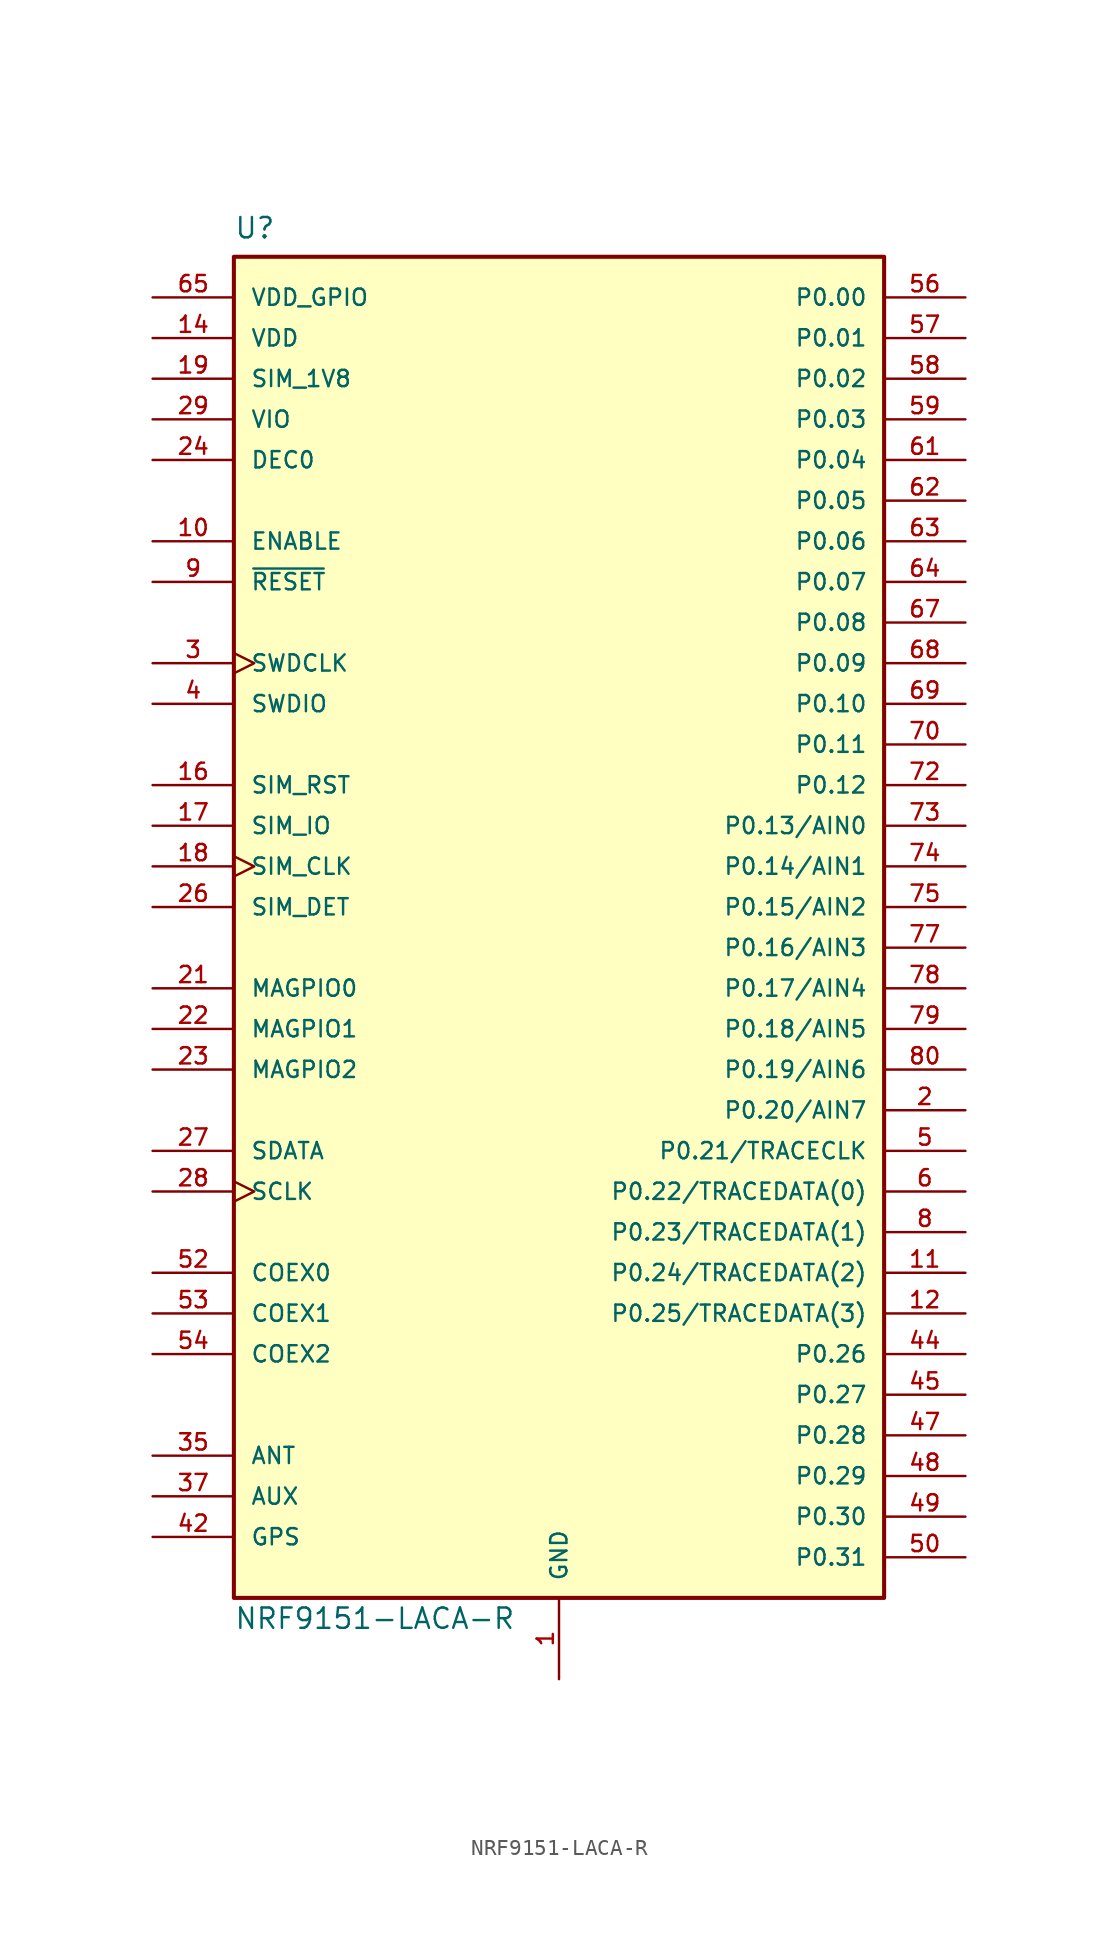
<source format=kicad_sym>
(kicad_symbol_lib
  (version 20241209)
  (generator "kicad_symbol_editor")
  (generator_version "9.0")
  (symbol "NRF9151-LACA-R"
    (pin_names
      (offset 1.016))
    (property "Reference" "U"
      (at -20.32 44.45 0)
      (effects (font (size 1.27 1.27)) (justify left top)))
    (property "Value" "NRF9151-LACA-R"
      (at -20.32 -43.942 0)
      (effects (font (size 1.27 1.27)) (justify left bottom)))
    (symbol "NRF9151-LACA-R_1_0"
      (rectangle (start -20.32 41.91) (end 20.32 -41.91) (stroke (width 0.254) (type default)) (fill (type background)))
      (pin power_in line (at -25.4 39.37 0) (length 5.08) (name "VDD_GPIO" (effects (font (size 1.016 1.016)))) (number "65" (effects (font (size 1.016 1.016)))))
      (pin power_in line (at -25.4 36.83 0) (length 5.08) (name "VDD" (effects (font (size 1.016 1.016)))) (number "14" (effects (font (size 1.016 1.016)))))
      (pin power_in line (at -25.4 34.29 0) (length 5.08) (name "SIM_1V8" (effects (font (size 1.016 1.016)))) (number "19" (effects (font (size 1.016 1.016)))))
      (pin power_in line (at -25.4 31.75 0) (length 5.08) (name "VIO" (effects (font (size 1.016 1.016)))) (number "29" (effects (font (size 1.016 1.016)))))
      (pin power_in line (at -25.4 29.21 0) (length 5.08) (name "DEC0" (effects (font (size 1.016 1.016)))) (number "24" (effects (font (size 1.016 1.016)))))
      (pin input line (at -25.4 24.13 0) (length 5.08) (name "ENABLE" (effects (font (size 1.016 1.016)))) (number "10" (effects (font (size 1.016 1.016)))))
      (pin input line (at -25.4 21.59 0) (length 5.08) (name "~{RESET}" (effects (font (size 1.016 1.016)))) (number "9" (effects (font (size 1.016 1.016)))))
      (pin input clock (at -25.4 16.51 0) (length 5.08) (name "SWDCLK" (effects (font (size 1.016 1.016)))) (number "3" (effects (font (size 1.016 1.016)))))
      (pin bidirectional line (at -25.4 13.97 0) (length 5.08) (name "SWDIO" (effects (font (size 1.016 1.016)))) (number "4" (effects (font (size 1.016 1.016)))))
      (pin bidirectional line (at -25.4 8.89 0) (length 5.08) (name "SIM_RST" (effects (font (size 1.016 1.016)))) (number "16" (effects (font (size 1.016 1.016)))))
      (pin bidirectional line (at -25.4 6.35 0) (length 5.08) (name "SIM_IO" (effects (font (size 1.016 1.016)))) (number "17" (effects (font (size 1.016 1.016)))))
      (pin bidirectional clock (at -25.4 3.81 0) (length 5.08) (name "SIM_CLK" (effects (font (size 1.016 1.016)))) (number "18" (effects (font (size 1.016 1.016)))))
      (pin bidirectional line (at -25.4 1.27 0) (length 5.08) (name "SIM_DET" (effects (font (size 1.016 1.016)))) (number "26" (effects (font (size 1.016 1.016)))))
      (pin bidirectional line (at -25.4 -3.81 0) (length 5.08) (name "MAGPIO0" (effects (font (size 1.016 1.016)))) (number "21" (effects (font (size 1.016 1.016)))))
      (pin bidirectional line (at -25.4 -6.35 0) (length 5.08) (name "MAGPIO1" (effects (font (size 1.016 1.016)))) (number "22" (effects (font (size 1.016 1.016)))))
      (pin bidirectional line (at -25.4 -8.89 0) (length 5.08) (name "MAGPIO2" (effects (font (size 1.016 1.016)))) (number "23" (effects (font (size 1.016 1.016)))))
      (pin bidirectional line (at -25.4 -13.97 0) (length 5.08) (name "SDATA" (effects (font (size 1.016 1.016)))) (number "27" (effects (font (size 1.016 1.016)))))
      (pin bidirectional clock (at -25.4 -16.51 0) (length 5.08) (name "SCLK" (effects (font (size 1.016 1.016)))) (number "28" (effects (font (size 1.016 1.016)))))
      (pin bidirectional line (at -25.4 -21.59 0) (length 5.08) (name "COEX0" (effects (font (size 1.016 1.016)))) (number "52" (effects (font (size 1.016 1.016)))))
      (pin bidirectional line (at -25.4 -24.13 0) (length 5.08) (name "COEX1" (effects (font (size 1.016 1.016)))) (number "53" (effects (font (size 1.016 1.016)))))
      (pin bidirectional line (at -25.4 -26.67 0) (length 5.08) (name "COEX2" (effects (font (size 1.016 1.016)))) (number "54" (effects (font (size 1.016 1.016)))))
      (pin bidirectional line (at -25.4 -33.02 0) (length 5.08) (name "ANT" (effects (font (size 1.016 1.016)))) (number "35" (effects (font (size 1.016 1.016)))))
      (pin bidirectional line (at -25.4 -35.56 0) (length 5.08) (name "AUX" (effects (font (size 1.016 1.016)))) (number "37" (effects (font (size 1.016 1.016)))))
      (pin bidirectional line (at -25.4 -38.1 0) (length 5.08) (name "GPS" (effects (font (size 1.016 1.016)))) (number "42" (effects (font (size 1.016 1.016)))))
      (pin power_in line (at 0 -46.99 90) (length 5.08) (name "GND" (effects (font (size 1.016 1.016)))) (number "1" (effects (font (size 1.016 1.016)))))
      (pin power_in line (at 0 -46.99 90) (length 5.08) (hide yes) (name "GND" (effects (font (size 1.016 1.016)))) (number "105" (effects (font (size 1.016 1.016)))))
      (pin power_in line (at 0 -46.99 90) (length 5.08) (hide yes) (name "GND" (effects (font (size 1.016 1.016)))) (number "106" (effects (font (size 1.016 1.016)))))
      (pin power_in line (at 0 -46.99 90) (length 5.08) (hide yes) (name "GND" (effects (font (size 1.016 1.016)))) (number "107" (effects (font (size 1.016 1.016)))))
      (pin power_in line (at 0 -46.99 90) (length 5.08) (hide yes) (name "GND" (effects (font (size 1.016 1.016)))) (number "108" (effects (font (size 1.016 1.016)))))
      (pin power_in line (at 0 -46.99 90) (length 5.08) (hide yes) (name "GND" (effects (font (size 1.016 1.016)))) (number "109" (effects (font (size 1.016 1.016)))))
      (pin power_in line (at 0 -46.99 90) (length 5.08) (hide yes) (name "GND" (effects (font (size 1.016 1.016)))) (number "110" (effects (font (size 1.016 1.016)))))
      (pin power_in line (at 0 -46.99 90) (length 5.08) (hide yes) (name "GND" (effects (font (size 1.016 1.016)))) (number "111" (effects (font (size 1.016 1.016)))))
      (pin power_in line (at 0 -46.99 90) (length 5.08) (hide yes) (name "GND" (effects (font (size 1.016 1.016)))) (number "112" (effects (font (size 1.016 1.016)))))
      (pin power_in line (at 0 -46.99 90) (length 5.08) (hide yes) (name "GND" (effects (font (size 1.016 1.016)))) (number "113" (effects (font (size 1.016 1.016)))))
      (pin power_in line (at 0 -46.99 90) (length 5.08) (hide yes) (name "GND" (effects (font (size 1.016 1.016)))) (number "13" (effects (font (size 1.016 1.016)))))
      (pin power_in line (at 0 -46.99 90) (length 5.08) (hide yes) (name "GND" (effects (font (size 1.016 1.016)))) (number "15" (effects (font (size 1.016 1.016)))))
      (pin power_in line (at 0 -46.99 90) (length 5.08) (hide yes) (name "GND" (effects (font (size 1.016 1.016)))) (number "20" (effects (font (size 1.016 1.016)))))
      (pin power_in line (at 0 -46.99 90) (length 5.08) (hide yes) (name "GND" (effects (font (size 1.016 1.016)))) (number "25" (effects (font (size 1.016 1.016)))))
      (pin power_in line (at 0 -46.99 90) (length 5.08) (hide yes) (name "GND" (effects (font (size 1.016 1.016)))) (number "30" (effects (font (size 1.016 1.016)))))
      (pin power_in line (at 0 -46.99 90) (length 5.08) (hide yes) (name "GND" (effects (font (size 1.016 1.016)))) (number "34" (effects (font (size 1.016 1.016)))))
      (pin power_in line (at 0 -46.99 90) (length 5.08) (hide yes) (name "GND" (effects (font (size 1.016 1.016)))) (number "36" (effects (font (size 1.016 1.016)))))
      (pin power_in line (at 0 -46.99 90) (length 5.08) (hide yes) (name "GND" (effects (font (size 1.016 1.016)))) (number "38" (effects (font (size 1.016 1.016)))))
      (pin power_in line (at 0 -46.99 90) (length 5.08) (hide yes) (name "GND" (effects (font (size 1.016 1.016)))) (number "39" (effects (font (size 1.016 1.016)))))
      (pin power_in line (at 0 -46.99 90) (length 5.08) (hide yes) (name "GND" (effects (font (size 1.016 1.016)))) (number "40" (effects (font (size 1.016 1.016)))))
      (pin power_in line (at 0 -46.99 90) (length 5.08) (hide yes) (name "GND" (effects (font (size 1.016 1.016)))) (number "41" (effects (font (size 1.016 1.016)))))
      (pin power_in line (at 0 -46.99 90) (length 5.08) (hide yes) (name "GND" (effects (font (size 1.016 1.016)))) (number "43" (effects (font (size 1.016 1.016)))))
      (pin power_in line (at 0 -46.99 90) (length 5.08) (hide yes) (name "GND" (effects (font (size 1.016 1.016)))) (number "46" (effects (font (size 1.016 1.016)))))
      (pin power_in line (at 0 -46.99 90) (length 5.08) (hide yes) (name "GND" (effects (font (size 1.016 1.016)))) (number "51" (effects (font (size 1.016 1.016)))))
      (pin power_in line (at 0 -46.99 90) (length 5.08) (hide yes) (name "GND" (effects (font (size 1.016 1.016)))) (number "55" (effects (font (size 1.016 1.016)))))
      (pin power_in line (at 0 -46.99 90) (length 5.08) (hide yes) (name "GND" (effects (font (size 1.016 1.016)))) (number "60" (effects (font (size 1.016 1.016)))))
      (pin power_in line (at 0 -46.99 90) (length 5.08) (hide yes) (name "GND" (effects (font (size 1.016 1.016)))) (number "66" (effects (font (size 1.016 1.016)))))
      (pin power_in line (at 0 -46.99 90) (length 5.08) (hide yes) (name "GND" (effects (font (size 1.016 1.016)))) (number "7" (effects (font (size 1.016 1.016)))))
      (pin power_in line (at 0 -46.99 90) (length 5.08) (hide yes) (name "GND" (effects (font (size 1.016 1.016)))) (number "71" (effects (font (size 1.016 1.016)))))
      (pin power_in line (at 0 -46.99 90) (length 5.08) (hide yes) (name "GND" (effects (font (size 1.016 1.016)))) (number "76" (effects (font (size 1.016 1.016)))))
      (pin no_connect line (at 2.54 -46.99 90) (length 5.08) (hide yes) (name "RSVD" (effects (font (size 1.016 1.016)))) (number "100" (effects (font (size 1.016 1.016)))))
      (pin no_connect line (at 2.54 -46.99 90) (length 5.08) (hide yes) (name "RSVD" (effects (font (size 1.016 1.016)))) (number "101" (effects (font (size 1.016 1.016)))))
      (pin no_connect line (at 2.54 -46.99 90) (length 5.08) (hide yes) (name "RSVD" (effects (font (size 1.016 1.016)))) (number "102" (effects (font (size 1.016 1.016)))))
      (pin no_connect line (at 2.54 -46.99 90) (length 5.08) (hide yes) (name "RSVD" (effects (font (size 1.016 1.016)))) (number "103" (effects (font (size 1.016 1.016)))))
      (pin no_connect line (at 2.54 -46.99 90) (length 5.08) (hide yes) (name "RSVD" (effects (font (size 1.016 1.016)))) (number "104" (effects (font (size 1.016 1.016)))))
      (pin no_connect line (at 2.54 -46.99 90) (length 5.08) (hide yes) (name "RSVD" (effects (font (size 1.016 1.016)))) (number "31" (effects (font (size 1.016 1.016)))))
      (pin no_connect line (at 2.54 -46.99 90) (length 5.08) (hide yes) (name "RSVD" (effects (font (size 1.016 1.016)))) (number "32" (effects (font (size 1.016 1.016)))))
      (pin no_connect line (at 2.54 -46.99 90) (length 5.08) (hide yes) (name "RSVD" (effects (font (size 1.016 1.016)))) (number "33" (effects (font (size 1.016 1.016)))))
      (pin no_connect line (at 2.54 -46.99 90) (length 5.08) (hide yes) (name "RSVD" (effects (font (size 1.016 1.016)))) (number "81" (effects (font (size 1.016 1.016)))))
      (pin no_connect line (at 2.54 -46.99 90) (length 5.08) (hide yes) (name "RSVD" (effects (font (size 1.016 1.016)))) (number "82" (effects (font (size 1.016 1.016)))))
      (pin no_connect line (at 2.54 -46.99 90) (length 5.08) (hide yes) (name "RSVD" (effects (font (size 1.016 1.016)))) (number "83" (effects (font (size 1.016 1.016)))))
      (pin no_connect line (at 2.54 -46.99 90) (length 5.08) (hide yes) (name "RSVD" (effects (font (size 1.016 1.016)))) (number "84" (effects (font (size 1.016 1.016)))))
      (pin no_connect line (at 2.54 -46.99 90) (length 5.08) (hide yes) (name "RSVD" (effects (font (size 1.016 1.016)))) (number "85" (effects (font (size 1.016 1.016)))))
      (pin no_connect line (at 2.54 -46.99 90) (length 5.08) (hide yes) (name "RSVD" (effects (font (size 1.016 1.016)))) (number "86" (effects (font (size 1.016 1.016)))))
      (pin no_connect line (at 2.54 -46.99 90) (length 5.08) (hide yes) (name "RSVD" (effects (font (size 1.016 1.016)))) (number "87" (effects (font (size 1.016 1.016)))))
      (pin no_connect line (at 2.54 -46.99 90) (length 5.08) (hide yes) (name "RSVD" (effects (font (size 1.016 1.016)))) (number "88" (effects (font (size 1.016 1.016)))))
      (pin no_connect line (at 2.54 -46.99 90) (length 5.08) (hide yes) (name "RSVD" (effects (font (size 1.016 1.016)))) (number "89" (effects (font (size 1.016 1.016)))))
      (pin no_connect line (at 2.54 -46.99 90) (length 5.08) (hide yes) (name "RSVD" (effects (font (size 1.016 1.016)))) (number "90" (effects (font (size 1.016 1.016)))))
      (pin no_connect line (at 2.54 -46.99 90) (length 5.08) (hide yes) (name "RSVD" (effects (font (size 1.016 1.016)))) (number "91" (effects (font (size 1.016 1.016)))))
      (pin no_connect line (at 2.54 -46.99 90) (length 5.08) (hide yes) (name "RSVD" (effects (font (size 1.016 1.016)))) (number "92" (effects (font (size 1.016 1.016)))))
      (pin no_connect line (at 2.54 -46.99 90) (length 5.08) (hide yes) (name "RSVD" (effects (font (size 1.016 1.016)))) (number "93" (effects (font (size 1.016 1.016)))))
      (pin no_connect line (at 2.54 -46.99 90) (length 5.08) (hide yes) (name "RSVD" (effects (font (size 1.016 1.016)))) (number "94" (effects (font (size 1.016 1.016)))))
      (pin no_connect line (at 2.54 -46.99 90) (length 5.08) (hide yes) (name "RSVD" (effects (font (size 1.016 1.016)))) (number "95" (effects (font (size 1.016 1.016)))))
      (pin no_connect line (at 2.54 -46.99 90) (length 5.08) (hide yes) (name "RSVD" (effects (font (size 1.016 1.016)))) (number "96" (effects (font (size 1.016 1.016)))))
      (pin no_connect line (at 2.54 -46.99 90) (length 5.08) (hide yes) (name "RSVD" (effects (font (size 1.016 1.016)))) (number "97" (effects (font (size 1.016 1.016)))))
      (pin no_connect line (at 2.54 -46.99 90) (length 5.08) (hide yes) (name "RSVD" (effects (font (size 1.016 1.016)))) (number "98" (effects (font (size 1.016 1.016)))))
      (pin no_connect line (at 2.54 -46.99 90) (length 5.08) (hide yes) (name "RSVD" (effects (font (size 1.016 1.016)))) (number "99" (effects (font (size 1.016 1.016)))))
      (pin bidirectional line (at 25.4 39.37 180) (length 5.08) (name "P0.00" (effects (font (size 1.016 1.016)))) (number "56" (effects (font (size 1.016 1.016)))))
      (pin bidirectional line (at 25.4 36.83 180) (length 5.08) (name "P0.01" (effects (font (size 1.016 1.016)))) (number "57" (effects (font (size 1.016 1.016)))))
      (pin bidirectional line (at 25.4 34.29 180) (length 5.08) (name "P0.02" (effects (font (size 1.016 1.016)))) (number "58" (effects (font (size 1.016 1.016)))))
      (pin bidirectional line (at 25.4 31.75 180) (length 5.08) (name "P0.03" (effects (font (size 1.016 1.016)))) (number "59" (effects (font (size 1.016 1.016)))))
      (pin bidirectional line (at 25.4 29.21 180) (length 5.08) (name "P0.04" (effects (font (size 1.016 1.016)))) (number "61" (effects (font (size 1.016 1.016)))))
      (pin bidirectional line (at 25.4 26.67 180) (length 5.08) (name "P0.05" (effects (font (size 1.016 1.016)))) (number "62" (effects (font (size 1.016 1.016)))))
      (pin bidirectional line (at 25.4 24.13 180) (length 5.08) (name "P0.06" (effects (font (size 1.016 1.016)))) (number "63" (effects (font (size 1.016 1.016)))))
      (pin bidirectional line (at 25.4 21.59 180) (length 5.08) (name "P0.07" (effects (font (size 1.016 1.016)))) (number "64" (effects (font (size 1.016 1.016)))))
      (pin bidirectional line (at 25.4 19.05 180) (length 5.08) (name "P0.08" (effects (font (size 1.016 1.016)))) (number "67" (effects (font (size 1.016 1.016)))))
      (pin bidirectional line (at 25.4 16.51 180) (length 5.08) (name "P0.09" (effects (font (size 1.016 1.016)))) (number "68" (effects (font (size 1.016 1.016)))))
      (pin bidirectional line (at 25.4 13.97 180) (length 5.08) (name "P0.10" (effects (font (size 1.016 1.016)))) (number "69" (effects (font (size 1.016 1.016)))))
      (pin bidirectional line (at 25.4 11.43 180) (length 5.08) (name "P0.11" (effects (font (size 1.016 1.016)))) (number "70" (effects (font (size 1.016 1.016)))))
      (pin bidirectional line (at 25.4 8.89 180) (length 5.08) (name "P0.12" (effects (font (size 1.016 1.016)))) (number "72" (effects (font (size 1.016 1.016)))))
      (pin bidirectional line (at 25.4 6.35 180) (length 5.08) (name "P0.13/AIN0" (effects (font (size 1.016 1.016)))) (number "73" (effects (font (size 1.016 1.016)))))
      (pin bidirectional line (at 25.4 3.81 180) (length 5.08) (name "P0.14/AIN1" (effects (font (size 1.016 1.016)))) (number "74" (effects (font (size 1.016 1.016)))))
      (pin bidirectional line (at 25.4 1.27 180) (length 5.08) (name "P0.15/AIN2" (effects (font (size 1.016 1.016)))) (number "75" (effects (font (size 1.016 1.016)))))
      (pin bidirectional line (at 25.4 -1.27 180) (length 5.08) (name "P0.16/AIN3" (effects (font (size 1.016 1.016)))) (number "77" (effects (font (size 1.016 1.016)))))
      (pin bidirectional line (at 25.4 -3.81 180) (length 5.08) (name "P0.17/AIN4" (effects (font (size 1.016 1.016)))) (number "78" (effects (font (size 1.016 1.016)))))
      (pin bidirectional line (at 25.4 -6.35 180) (length 5.08) (name "P0.18/AIN5" (effects (font (size 1.016 1.016)))) (number "79" (effects (font (size 1.016 1.016)))))
      (pin bidirectional line (at 25.4 -8.89 180) (length 5.08) (name "P0.19/AIN6" (effects (font (size 1.016 1.016)))) (number "80" (effects (font (size 1.016 1.016)))))
      (pin bidirectional line (at 25.4 -11.43 180) (length 5.08) (name "P0.20/AIN7" (effects (font (size 1.016 1.016)))) (number "2" (effects (font (size 1.016 1.016)))))
      (pin bidirectional line (at 25.4 -13.97 180) (length 5.08) (name "P0.21/TRACECLK" (effects (font (size 1.016 1.016)))) (number "5" (effects (font (size 1.016 1.016)))))
      (pin bidirectional line (at 25.4 -16.51 180) (length 5.08) (name "P0.22/TRACEDATA(0)" (effects (font (size 1.016 1.016)))) (number "6" (effects (font (size 1.016 1.016)))))
      (pin bidirectional line (at 25.4 -19.05 180) (length 5.08) (name "P0.23/TRACEDATA(1)" (effects (font (size 1.016 1.016)))) (number "8" (effects (font (size 1.016 1.016)))))
      (pin bidirectional line (at 25.4 -21.59 180) (length 5.08) (name "P0.24/TRACEDATA(2)" (effects (font (size 1.016 1.016)))) (number "11" (effects (font (size 1.016 1.016)))))
      (pin bidirectional line (at 25.4 -24.13 180) (length 5.08) (name "P0.25/TRACEDATA(3)" (effects (font (size 1.016 1.016)))) (number "12" (effects (font (size 1.016 1.016)))))
      (pin bidirectional line (at 25.4 -26.67 180) (length 5.08) (name "P0.26" (effects (font (size 1.016 1.016)))) (number "44" (effects (font (size 1.016 1.016)))))
      (pin bidirectional line (at 25.4 -29.21 180) (length 5.08) (name "P0.27" (effects (font (size 1.016 1.016)))) (number "45" (effects (font (size 1.016 1.016)))))
      (pin bidirectional line (at 25.4 -31.75 180) (length 5.08) (name "P0.28" (effects (font (size 1.016 1.016)))) (number "47" (effects (font (size 1.016 1.016)))))
      (pin bidirectional line (at 25.4 -34.29 180) (length 5.08) (name "P0.29" (effects (font (size 1.016 1.016)))) (number "48" (effects (font (size 1.016 1.016)))))
      (pin bidirectional line (at 25.4 -36.83 180) (length 5.08) (name "P0.30" (effects (font (size 1.016 1.016)))) (number "49" (effects (font (size 1.016 1.016)))))
      (pin bidirectional line (at 25.4 -39.37 180) (length 5.08) (name "P0.31" (effects (font (size 1.016 1.016)))) (number "50" (effects (font (size 1.016 1.016))))))))
</source>
